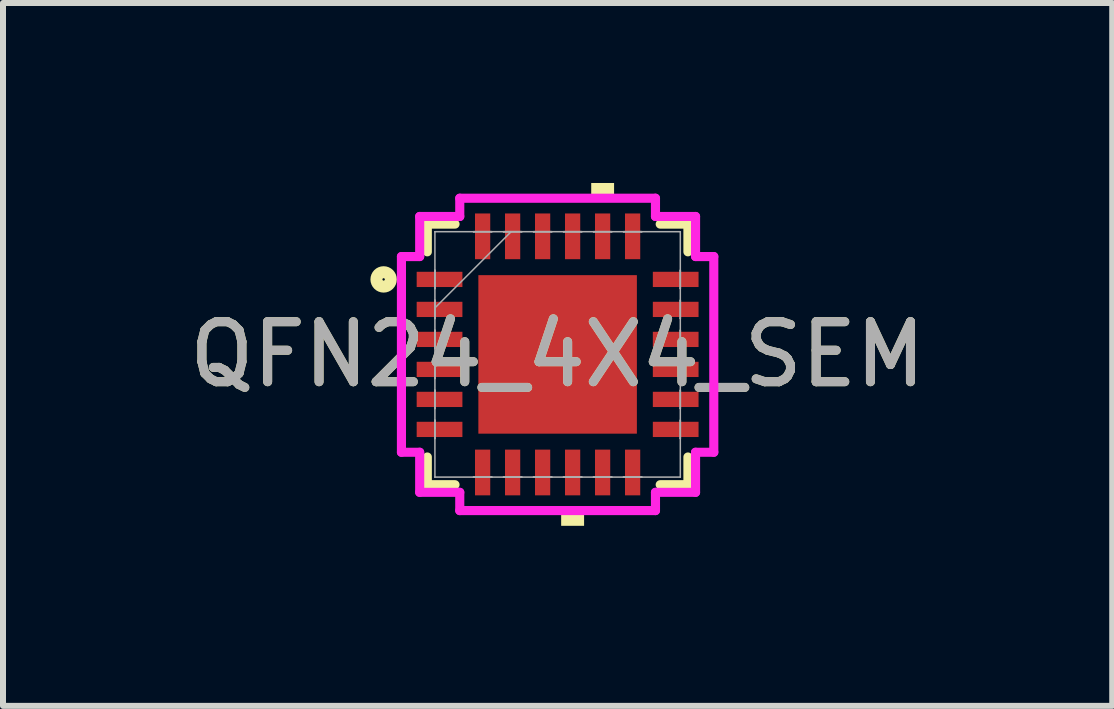
<source format=kicad_pcb>
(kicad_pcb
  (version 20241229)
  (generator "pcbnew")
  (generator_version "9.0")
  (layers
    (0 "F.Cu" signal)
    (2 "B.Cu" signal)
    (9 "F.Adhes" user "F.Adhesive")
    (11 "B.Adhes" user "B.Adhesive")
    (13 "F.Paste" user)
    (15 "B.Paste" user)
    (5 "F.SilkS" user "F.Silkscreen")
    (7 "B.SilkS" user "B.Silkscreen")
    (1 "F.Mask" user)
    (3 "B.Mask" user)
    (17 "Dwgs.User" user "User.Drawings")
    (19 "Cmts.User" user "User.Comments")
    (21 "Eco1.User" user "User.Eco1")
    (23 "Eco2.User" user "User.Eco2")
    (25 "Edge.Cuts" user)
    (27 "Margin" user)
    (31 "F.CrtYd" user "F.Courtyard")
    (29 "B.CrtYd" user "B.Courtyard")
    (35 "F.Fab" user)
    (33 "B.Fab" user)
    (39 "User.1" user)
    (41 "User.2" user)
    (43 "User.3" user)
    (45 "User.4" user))
  (footprint "QFN24_4X4_SEM"
    (layer "F.Cu")
    (at 6.244 2.857)
    (property "Reference" "QFN24_4X4_SEM" (at 0 0 0) (unlocked yes) (layer "F.SilkS") (effects (font (size 1 1) (thickness 0.15))))
    (attr smd)
    (fp_line (start -2.172 -2.172) (end -2.172 -1.71) (stroke (width 0.152) (type solid)) (layer "F.SilkS"))
    (fp_line (start -2.172 1.71) (end -2.172 2.172) (stroke (width 0.152) (type solid)) (layer "F.SilkS"))
    (fp_line (start -2.172 2.172) (end -1.71 2.172) (stroke (width 0.152) (type solid)) (layer "F.SilkS"))
    (fp_line (start -1.71 -2.172) (end -2.172 -2.172) (stroke (width 0.152) (type solid)) (layer "F.SilkS"))
    (fp_line (start 1.71 2.172) (end 2.172 2.172) (stroke (width 0.152) (type solid)) (layer "F.SilkS"))
    (fp_line (start 2.172 -2.172) (end 1.71 -2.172) (stroke (width 0.152) (type solid)) (layer "F.SilkS"))
    (fp_line (start 2.172 -1.71) (end 2.172 -2.172) (stroke (width 0.152) (type solid)) (layer "F.SilkS"))
    (fp_line (start 2.172 2.172) (end 2.172 1.71) (stroke (width 0.152) (type solid)) (layer "F.SilkS"))
    (fp_circle (center -2.9 -1.25) (end -2.78 -1.25) (stroke (width 0.2) (type solid)) (fill no) (layer "F.SilkS"))
    (fp_poly (pts (xy 0.059 2.603) (xy 0.059 2.857) (xy 0.441 2.857) (xy 0.441 2.603)) (stroke (width 0) (type solid)) (fill yes) (layer "F.SilkS"))
    (fp_poly (pts (xy 0.56 -2.603) (xy 0.56 -2.857) (xy 0.941 -2.857) (xy 0.941 -2.603)) (stroke (width 0) (type solid)) (fill yes) (layer "F.SilkS"))
    (fp_poly (pts (xy -1.221 -1.221) (xy -1.221 -0.1) (xy -0.1 -0.1) (xy -0.1 -1.221)) (stroke (width 0) (type solid)) (fill yes) (layer "F.Paste"))
    (fp_poly (pts (xy -1.221 0.1) (xy -1.221 1.221) (xy -0.1 1.221) (xy -0.1 0.1)) (stroke (width 0) (type solid)) (fill yes) (layer "F.Paste"))
    (fp_poly (pts (xy 0.1 -1.221) (xy 0.1 -0.1) (xy 1.221 -0.1) (xy 1.221 -1.221)) (stroke (width 0) (type solid)) (fill yes) (layer "F.Paste"))
    (fp_poly (pts (xy 0.1 0.1) (xy 0.1 1.221) (xy 1.221 1.221) (xy 1.221 0.1)) (stroke (width 0) (type solid)) (fill yes) (layer "F.Paste"))
    (fp_line (start -2.603 -1.631) (end -2.299 -1.631) (stroke (width 0.152) (type solid)) (layer "F.CrtYd"))
    (fp_line (start -2.603 1.631) (end -2.603 -1.631) (stroke (width 0.152) (type solid)) (layer "F.CrtYd"))
    (fp_line (start -2.299 -2.299) (end -1.631 -2.299) (stroke (width 0.152) (type solid)) (layer "F.CrtYd"))
    (fp_line (start -2.299 -1.631) (end -2.299 -2.299) (stroke (width 0.152) (type solid)) (layer "F.CrtYd"))
    (fp_line (start -2.299 1.631) (end -2.603 1.631) (stroke (width 0.152) (type solid)) (layer "F.CrtYd"))
    (fp_line (start -2.299 2.299) (end -2.299 1.631) (stroke (width 0.152) (type solid)) (layer "F.CrtYd"))
    (fp_line (start -1.631 -2.603) (end 1.631 -2.603) (stroke (width 0.152) (type solid)) (layer "F.CrtYd"))
    (fp_line (start -1.631 -2.299) (end -1.631 -2.603) (stroke (width 0.152) (type solid)) (layer "F.CrtYd"))
    (fp_line (start -1.631 2.299) (end -2.299 2.299) (stroke (width 0.152) (type solid)) (layer "F.CrtYd"))
    (fp_line (start -1.631 2.603) (end -1.631 2.299) (stroke (width 0.152) (type solid)) (layer "F.CrtYd"))
    (fp_line (start 1.631 -2.603) (end 1.631 -2.299) (stroke (width 0.152) (type solid)) (layer "F.CrtYd"))
    (fp_line (start 1.631 -2.299) (end 2.299 -2.299) (stroke (width 0.152) (type solid)) (layer "F.CrtYd"))
    (fp_line (start 1.631 2.299) (end 1.631 2.603) (stroke (width 0.152) (type solid)) (layer "F.CrtYd"))
    (fp_line (start 1.631 2.603) (end -1.631 2.603) (stroke (width 0.152) (type solid)) (layer "F.CrtYd"))
    (fp_line (start 2.299 -2.299) (end 2.299 -1.631) (stroke (width 0.152) (type solid)) (layer "F.CrtYd"))
    (fp_line (start 2.299 -1.631) (end 2.603 -1.631) (stroke (width 0.152) (type solid)) (layer "F.CrtYd"))
    (fp_line (start 2.299 1.631) (end 2.299 2.299) (stroke (width 0.152) (type solid)) (layer "F.CrtYd"))
    (fp_line (start 2.299 2.299) (end 1.631 2.299) (stroke (width 0.152) (type solid)) (layer "F.CrtYd"))
    (fp_line (start 2.603 -1.631) (end 2.603 1.631) (stroke (width 0.152) (type solid)) (layer "F.CrtYd"))
    (fp_line (start 2.603 1.631) (end 2.299 1.631) (stroke (width 0.152) (type solid)) (layer "F.CrtYd"))
    (fp_line (start -2.045 -2.045) (end -2.045 -2.045) (stroke (width 0.025) (type solid)) (layer "F.Fab"))
    (fp_line (start -2.045 -2.045) (end -2.045 2.045) (stroke (width 0.025) (type solid)) (layer "F.Fab"))
    (fp_line (start -2.045 -1.402) (end -2.045 -1.402) (stroke (width 0.025) (type solid)) (layer "F.Fab"))
    (fp_line (start -2.045 -1.402) (end -2.045 -1.098) (stroke (width 0.025) (type solid)) (layer "F.Fab"))
    (fp_line (start -2.045 -1.098) (end -2.045 -1.402) (stroke (width 0.025) (type solid)) (layer "F.Fab"))
    (fp_line (start -2.045 -1.098) (end -2.045 -1.098) (stroke (width 0.025) (type solid)) (layer "F.Fab"))
    (fp_line (start -2.045 -0.902) (end -2.045 -0.902) (stroke (width 0.025) (type solid)) (layer "F.Fab"))
    (fp_line (start -2.045 -0.902) (end -2.045 -0.598) (stroke (width 0.025) (type solid)) (layer "F.Fab"))
    (fp_line (start -2.045 -0.775) (end -0.775 -2.045) (stroke (width 0.025) (type solid)) (layer "F.Fab"))
    (fp_line (start -2.045 -0.598) (end -2.045 -0.902) (stroke (width 0.025) (type solid)) (layer "F.Fab"))
    (fp_line (start -2.045 -0.598) (end -2.045 -0.598) (stroke (width 0.025) (type solid)) (layer "F.Fab"))
    (fp_line (start -2.045 -0.402) (end -2.045 -0.402) (stroke (width 0.025) (type solid)) (layer "F.Fab"))
    (fp_line (start -2.045 -0.402) (end -2.045 -0.098) (stroke (width 0.025) (type solid)) (layer "F.Fab"))
    (fp_line (start -2.045 -0.098) (end -2.045 -0.402) (stroke (width 0.025) (type solid)) (layer "F.Fab"))
    (fp_line (start -2.045 -0.098) (end -2.045 -0.098) (stroke (width 0.025) (type solid)) (layer "F.Fab"))
    (fp_line (start -2.045 0.098) (end -2.045 0.098) (stroke (width 0.025) (type solid)) (layer "F.Fab"))
    (fp_line (start -2.045 0.098) (end -2.045 0.402) (stroke (width 0.025) (type solid)) (layer "F.Fab"))
    (fp_line (start -2.045 0.402) (end -2.045 0.098) (stroke (width 0.025) (type solid)) (layer "F.Fab"))
    (fp_line (start -2.045 0.402) (end -2.045 0.402) (stroke (width 0.025) (type solid)) (layer "F.Fab"))
    (fp_line (start -2.045 0.598) (end -2.045 0.598) (stroke (width 0.025) (type solid)) (layer "F.Fab"))
    (fp_line (start -2.045 0.598) (end -2.045 0.902) (stroke (width 0.025) (type solid)) (layer "F.Fab"))
    (fp_line (start -2.045 0.902) (end -2.045 0.598) (stroke (width 0.025) (type solid)) (layer "F.Fab"))
    (fp_line (start -2.045 0.902) (end -2.045 0.902) (stroke (width 0.025) (type solid)) (layer "F.Fab"))
    (fp_line (start -2.045 1.098) (end -2.045 1.098) (stroke (width 0.025) (type solid)) (layer "F.Fab"))
    (fp_line (start -2.045 1.098) (end -2.045 1.402) (stroke (width 0.025) (type solid)) (layer "F.Fab"))
    (fp_line (start -2.045 1.402) (end -2.045 1.098) (stroke (width 0.025) (type solid)) (layer "F.Fab"))
    (fp_line (start -2.045 1.402) (end -2.045 1.402) (stroke (width 0.025) (type solid)) (layer "F.Fab"))
    (fp_line (start -2.045 2.045) (end -2.045 2.045) (stroke (width 0.025) (type solid)) (layer "F.Fab"))
    (fp_line (start -2.045 2.045) (end 2.045 2.045) (stroke (width 0.025) (type solid)) (layer "F.Fab"))
    (fp_line (start -1.402 -2.045) (end -1.402 -2.045) (stroke (width 0.025) (type solid)) (layer "F.Fab"))
    (fp_line (start -1.402 -2.045) (end -1.098 -2.045) (stroke (width 0.025) (type solid)) (layer "F.Fab"))
    (fp_line (start -1.402 2.045) (end -1.402 2.045) (stroke (width 0.025) (type solid)) (layer "F.Fab"))
    (fp_line (start -1.402 2.045) (end -1.098 2.045) (stroke (width 0.025) (type solid)) (layer "F.Fab"))
    (fp_line (start -1.098 -2.045) (end -1.402 -2.045) (stroke (width 0.025) (type solid)) (layer "F.Fab"))
    (fp_line (start -1.098 -2.045) (end -1.098 -2.045) (stroke (width 0.025) (type solid)) (layer "F.Fab"))
    (fp_line (start -1.098 2.045) (end -1.402 2.045) (stroke (width 0.025) (type solid)) (layer "F.Fab"))
    (fp_line (start -1.098 2.045) (end -1.098 2.045) (stroke (width 0.025) (type solid)) (layer "F.Fab"))
    (fp_line (start -0.902 -2.045) (end -0.902 -2.045) (stroke (width 0.025) (type solid)) (layer "F.Fab"))
    (fp_line (start -0.902 -2.045) (end -0.598 -2.045) (stroke (width 0.025) (type solid)) (layer "F.Fab"))
    (fp_line (start -0.902 2.045) (end -0.902 2.045) (stroke (width 0.025) (type solid)) (layer "F.Fab"))
    (fp_line (start -0.902 2.045) (end -0.598 2.045) (stroke (width 0.025) (type solid)) (layer "F.Fab"))
    (fp_line (start -0.598 -2.045) (end -0.902 -2.045) (stroke (width 0.025) (type solid)) (layer "F.Fab"))
    (fp_line (start -0.598 -2.045) (end -0.598 -2.045) (stroke (width 0.025) (type solid)) (layer "F.Fab"))
    (fp_line (start -0.598 2.045) (end -0.902 2.045) (stroke (width 0.025) (type solid)) (layer "F.Fab"))
    (fp_line (start -0.598 2.045) (end -0.598 2.045) (stroke (width 0.025) (type solid)) (layer "F.Fab"))
    (fp_line (start -0.402 -2.045) (end -0.402 -2.045) (stroke (width 0.025) (type solid)) (layer "F.Fab"))
    (fp_line (start -0.402 -2.045) (end -0.098 -2.045) (stroke (width 0.025) (type solid)) (layer "F.Fab"))
    (fp_line (start -0.402 2.045) (end -0.402 2.045) (stroke (width 0.025) (type solid)) (layer "F.Fab"))
    (fp_line (start -0.402 2.045) (end -0.098 2.045) (stroke (width 0.025) (type solid)) (layer "F.Fab"))
    (fp_line (start -0.098 -2.045) (end -0.402 -2.045) (stroke (width 0.025) (type solid)) (layer "F.Fab"))
    (fp_line (start -0.098 -2.045) (end -0.098 -2.045) (stroke (width 0.025) (type solid)) (layer "F.Fab"))
    (fp_line (start -0.098 2.045) (end -0.402 2.045) (stroke (width 0.025) (type solid)) (layer "F.Fab"))
    (fp_line (start -0.098 2.045) (end -0.098 2.045) (stroke (width 0.025) (type solid)) (layer "F.Fab"))
    (fp_line (start 0.098 -2.045) (end 0.098 -2.045) (stroke (width 0.025) (type solid)) (layer "F.Fab"))
    (fp_line (start 0.098 -2.045) (end 0.402 -2.045) (stroke (width 0.025) (type solid)) (layer "F.Fab"))
    (fp_line (start 0.098 2.045) (end 0.098 2.045) (stroke (width 0.025) (type solid)) (layer "F.Fab"))
    (fp_line (start 0.098 2.045) (end 0.402 2.045) (stroke (width 0.025) (type solid)) (layer "F.Fab"))
    (fp_line (start 0.402 -2.045) (end 0.098 -2.045) (stroke (width 0.025) (type solid)) (layer "F.Fab"))
    (fp_line (start 0.402 -2.045) (end 0.402 -2.045) (stroke (width 0.025) (type solid)) (layer "F.Fab"))
    (fp_line (start 0.402 2.045) (end 0.098 2.045) (stroke (width 0.025) (type solid)) (layer "F.Fab"))
    (fp_line (start 0.402 2.045) (end 0.402 2.045) (stroke (width 0.025) (type solid)) (layer "F.Fab"))
    (fp_line (start 0.598 -2.045) (end 0.598 -2.045) (stroke (width 0.025) (type solid)) (layer "F.Fab"))
    (fp_line (start 0.598 -2.045) (end 0.902 -2.045) (stroke (width 0.025) (type solid)) (layer "F.Fab"))
    (fp_line (start 0.598 2.045) (end 0.598 2.045) (stroke (width 0.025) (type solid)) (layer "F.Fab"))
    (fp_line (start 0.598 2.045) (end 0.902 2.045) (stroke (width 0.025) (type solid)) (layer "F.Fab"))
    (fp_line (start 0.902 -2.045) (end 0.598 -2.045) (stroke (width 0.025) (type solid)) (layer "F.Fab"))
    (fp_line (start 0.902 -2.045) (end 0.902 -2.045) (stroke (width 0.025) (type solid)) (layer "F.Fab"))
    (fp_line (start 0.902 2.045) (end 0.598 2.045) (stroke (width 0.025) (type solid)) (layer "F.Fab"))
    (fp_line (start 0.902 2.045) (end 0.902 2.045) (stroke (width 0.025) (type solid)) (layer "F.Fab"))
    (fp_line (start 1.098 -2.045) (end 1.098 -2.045) (stroke (width 0.025) (type solid)) (layer "F.Fab"))
    (fp_line (start 1.098 -2.045) (end 1.402 -2.045) (stroke (width 0.025) (type solid)) (layer "F.Fab"))
    (fp_line (start 1.098 2.045) (end 1.098 2.045) (stroke (width 0.025) (type solid)) (layer "F.Fab"))
    (fp_line (start 1.098 2.045) (end 1.402 2.045) (stroke (width 0.025) (type solid)) (layer "F.Fab"))
    (fp_line (start 1.402 -2.045) (end 1.098 -2.045) (stroke (width 0.025) (type solid)) (layer "F.Fab"))
    (fp_line (start 1.402 -2.045) (end 1.402 -2.045) (stroke (width 0.025) (type solid)) (layer "F.Fab"))
    (fp_line (start 1.402 2.045) (end 1.098 2.045) (stroke (width 0.025) (type solid)) (layer "F.Fab"))
    (fp_line (start 1.402 2.045) (end 1.402 2.045) (stroke (width 0.025) (type solid)) (layer "F.Fab"))
    (fp_line (start 2.045 -2.045) (end -2.045 -2.045) (stroke (width 0.025) (type solid)) (layer "F.Fab"))
    (fp_line (start 2.045 -2.045) (end 2.045 -2.045) (stroke (width 0.025) (type solid)) (layer "F.Fab"))
    (fp_line (start 2.045 -1.402) (end 2.045 -1.402) (stroke (width 0.025) (type solid)) (layer "F.Fab"))
    (fp_line (start 2.045 -1.402) (end 2.045 -1.098) (stroke (width 0.025) (type solid)) (layer "F.Fab"))
    (fp_line (start 2.045 -1.098) (end 2.045 -1.402) (stroke (width 0.025) (type solid)) (layer "F.Fab"))
    (fp_line (start 2.045 -1.098) (end 2.045 -1.098) (stroke (width 0.025) (type solid)) (layer "F.Fab"))
    (fp_line (start 2.045 -0.902) (end 2.045 -0.902) (stroke (width 0.025) (type solid)) (layer "F.Fab"))
    (fp_line (start 2.045 -0.902) (end 2.045 -0.598) (stroke (width 0.025) (type solid)) (layer "F.Fab"))
    (fp_line (start 2.045 -0.598) (end 2.045 -0.902) (stroke (width 0.025) (type solid)) (layer "F.Fab"))
    (fp_line (start 2.045 -0.598) (end 2.045 -0.598) (stroke (width 0.025) (type solid)) (layer "F.Fab"))
    (fp_line (start 2.045 -0.402) (end 2.045 -0.402) (stroke (width 0.025) (type solid)) (layer "F.Fab"))
    (fp_line (start 2.045 -0.402) (end 2.045 -0.098) (stroke (width 0.025) (type solid)) (layer "F.Fab"))
    (fp_line (start 2.045 -0.098) (end 2.045 -0.402) (stroke (width 0.025) (type solid)) (layer "F.Fab"))
    (fp_line (start 2.045 -0.098) (end 2.045 -0.098) (stroke (width 0.025) (type solid)) (layer "F.Fab"))
    (fp_line (start 2.045 0.098) (end 2.045 0.098) (stroke (width 0.025) (type solid)) (layer "F.Fab"))
    (fp_line (start 2.045 0.098) (end 2.045 0.402) (stroke (width 0.025) (type solid)) (layer "F.Fab"))
    (fp_line (start 2.045 0.402) (end 2.045 0.098) (stroke (width 0.025) (type solid)) (layer "F.Fab"))
    (fp_line (start 2.045 0.402) (end 2.045 0.402) (stroke (width 0.025) (type solid)) (layer "F.Fab"))
    (fp_line (start 2.045 0.598) (end 2.045 0.598) (stroke (width 0.025) (type solid)) (layer "F.Fab"))
    (fp_line (start 2.045 0.598) (end 2.045 0.902) (stroke (width 0.025) (type solid)) (layer "F.Fab"))
    (fp_line (start 2.045 0.902) (end 2.045 0.598) (stroke (width 0.025) (type solid)) (layer "F.Fab"))
    (fp_line (start 2.045 0.902) (end 2.045 0.902) (stroke (width 0.025) (type solid)) (layer "F.Fab"))
    (fp_line (start 2.045 1.098) (end 2.045 1.098) (stroke (width 0.025) (type solid)) (layer "F.Fab"))
    (fp_line (start 2.045 1.098) (end 2.045 1.402) (stroke (width 0.025) (type solid)) (layer "F.Fab"))
    (fp_line (start 2.045 1.402) (end 2.045 1.098) (stroke (width 0.025) (type solid)) (layer "F.Fab"))
    (fp_line (start 2.045 1.402) (end 2.045 1.402) (stroke (width 0.025) (type solid)) (layer "F.Fab"))
    (fp_line (start 2.045 2.045) (end 2.045 -2.045) (stroke (width 0.025) (type solid)) (layer "F.Fab"))
    (fp_line (start 2.045 2.045) (end 2.045 2.045) (stroke (width 0.025) (type solid)) (layer "F.Fab"))
    (fp_text user "${REFERENCE}" (at 0 0 0) (unlocked yes) (layer "F.Fab") (effects (font (size 1 1) (thickness 0.15))))
    (pad "1" smd rect (at -1.968 -1.25 90) (size 0.254 0.762) (layers "F.Cu" "F.Mask" "F.Paste"))
    (pad "2" smd rect (at -1.968 -0.75 90) (size 0.254 0.762) (layers "F.Cu" "F.Mask" "F.Paste"))
    (pad "3" smd rect (at -1.968 -0.25 90) (size 0.254 0.762) (layers "F.Cu" "F.Mask" "F.Paste"))
    (pad "4" smd rect (at -1.968 0.25 90) (size 0.254 0.762) (layers "F.Cu" "F.Mask" "F.Paste"))
    (pad "5" smd rect (at -1.968 0.75 90) (size 0.254 0.762) (layers "F.Cu" "F.Mask" "F.Paste"))
    (pad "6" smd rect (at -1.968 1.25 90) (size 0.254 0.762) (layers "F.Cu" "F.Mask" "F.Paste"))
    (pad "7" smd rect (at -1.25 1.968) (size 0.254 0.762) (layers "F.Cu" "F.Mask" "F.Paste"))
    (pad "8" smd rect (at -0.75 1.968) (size 0.254 0.762) (layers "F.Cu" "F.Mask" "F.Paste"))
    (pad "9" smd rect (at -0.25 1.968) (size 0.254 0.762) (layers "F.Cu" "F.Mask" "F.Paste"))
    (pad "10" smd rect (at 0.25 1.968) (size 0.254 0.762) (layers "F.Cu" "F.Mask" "F.Paste"))
    (pad "11" smd rect (at 0.75 1.968) (size 0.254 0.762) (layers "F.Cu" "F.Mask" "F.Paste"))
    (pad "12" smd rect (at 1.25 1.968) (size 0.254 0.762) (layers "F.Cu" "F.Mask" "F.Paste"))
    (pad "13" smd rect (at 1.968 1.25 90) (size 0.254 0.762) (layers "F.Cu" "F.Mask" "F.Paste"))
    (pad "14" smd rect (at 1.968 0.75 90) (size 0.254 0.762) (layers "F.Cu" "F.Mask" "F.Paste"))
    (pad "15" smd rect (at 1.968 0.25 90) (size 0.254 0.762) (layers "F.Cu" "F.Mask" "F.Paste"))
    (pad "16" smd rect (at 1.968 -0.25 90) (size 0.254 0.762) (layers "F.Cu" "F.Mask" "F.Paste"))
    (pad "17" smd rect (at 1.968 -0.75 90) (size 0.254 0.762) (layers "F.Cu" "F.Mask" "F.Paste"))
    (pad "18" smd rect (at 1.968 -1.25 90) (size 0.254 0.762) (layers "F.Cu" "F.Mask" "F.Paste"))
    (pad "19" smd rect (at 1.25 -1.968) (size 0.254 0.762) (layers "F.Cu" "F.Mask" "F.Paste"))
    (pad "20" smd rect (at 0.75 -1.968) (size 0.254 0.762) (layers "F.Cu" "F.Mask" "F.Paste"))
    (pad "21" smd rect (at 0.25 -1.968) (size 0.254 0.762) (layers "F.Cu" "F.Mask" "F.Paste"))
    (pad "22" smd rect (at -0.25 -1.968) (size 0.254 0.762) (layers "F.Cu" "F.Mask" "F.Paste"))
    (pad "23" smd rect (at -0.75 -1.968) (size 0.254 0.762) (layers "F.Cu" "F.Mask" "F.Paste"))
    (pad "24" smd rect (at -1.25 -1.968) (size 0.254 0.762) (layers "F.Cu" "F.Mask" "F.Paste"))
    (pad "25" smd rect (at 0 0) (size 2.642 2.642) (layers "F.Cu" "F.Mask" "F.Paste"))
    (zone (net_name "") (layer "F.Cu") (name "FillOut") (hatch edge 0.5) (connect_pads) (min_thickness 0.25) (filled_areas_thickness no) (keepout (tracks allowed) (vias allowed) (pads allowed) (copperpour not_allowed) (footprints allowed)) (placement (enabled no)) (fill) (polygon (pts (xy 7.869 5.457) (xy 4.619 5.457) (xy 4.619 5.157) (xy 3.944 5.157) (xy 3.944 4.482) (xy 3.644 4.482) (xy 3.644 1.232) (xy 3.944 1.232) (xy 3.944 0.557) (xy 4.619 0.557) (xy 4.619 0.233) (xy 7.894 0.233) (xy 7.894 0.557) (xy 8.544 0.557) (xy 8.544 1.232) (xy 8.869 1.232) (xy 8.869 4.482) (xy 8.544 4.482) (xy 8.544 5.133) (xy 7.869 5.133)))))
  (gr_rect
    (start -3 -3)
    (end 15.488 8.715)
    (stroke (width 0.1) (type default))
    (fill no)
    (layer "Edge.Cuts")))
</source>
